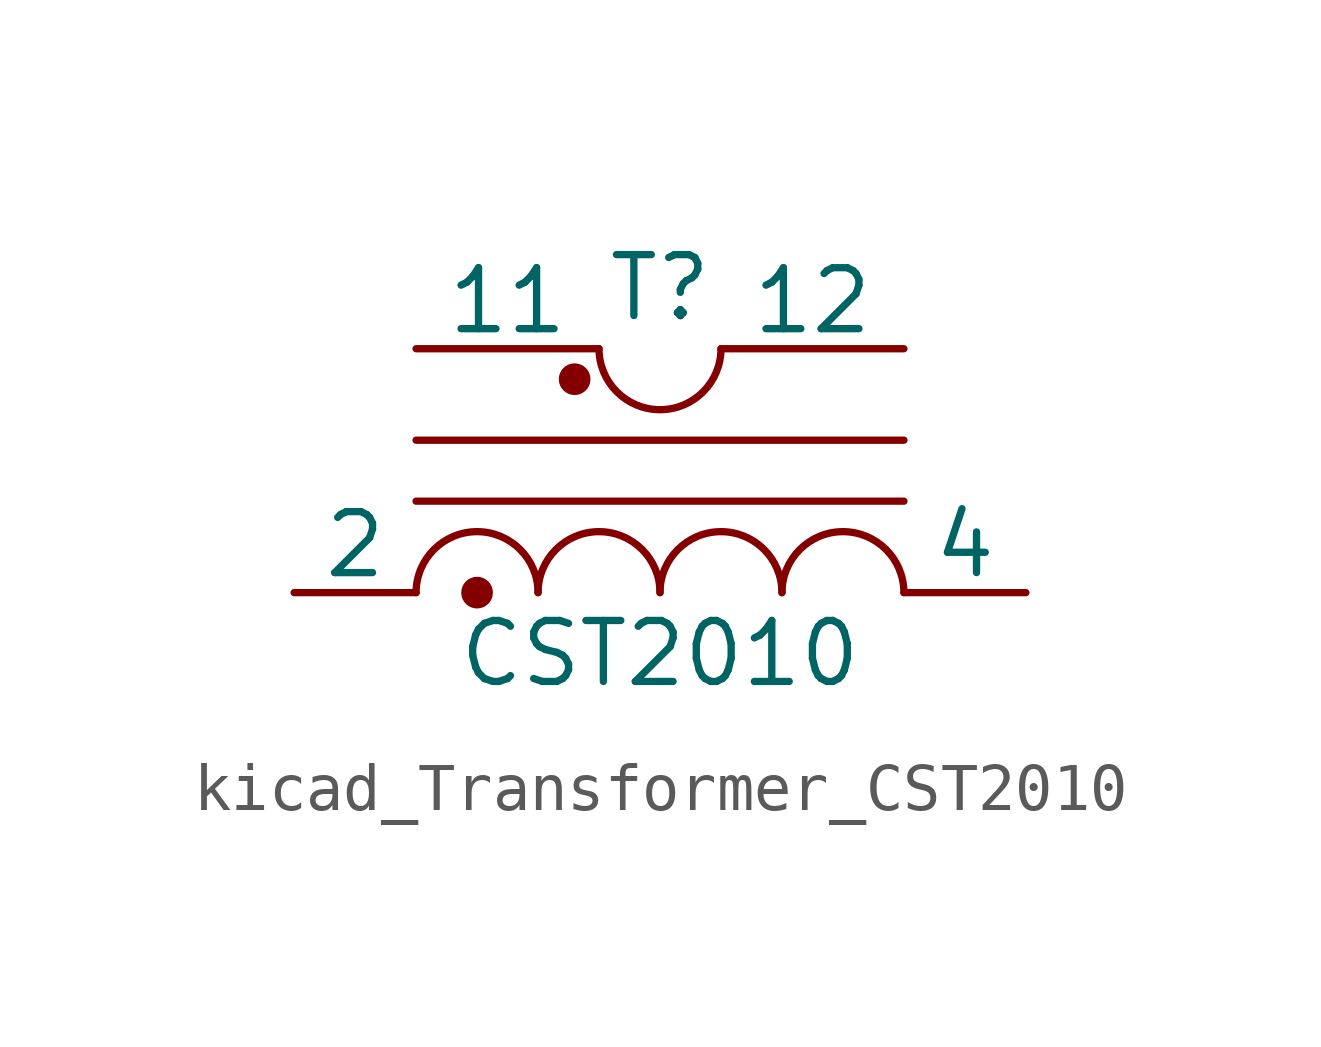
<source format=kicad_sym>
(kicad_symbol_lib
  (version 20220914)
  (generator kicad_symbol_editor)
  (symbol "kicad_Transformer_CST2010"
    (pin_numbers hide)
    (pin_names
      (offset 0))
    (property "Reference" "T"
      (at 0 6.35 0)
      (effects (font (size 1.27 1.27))))
    (property "Value" "CST2010"
      (at 0 -1.27 0)
      (effects (font (size 1.27 1.27))))
    (property "ki_locked" ""
      (at 0 0 0)
      (effects (font (size 1.27 1.27))))
    (symbol "kicad_Transformer_CST2010_0_1"
      (circle (center -3.81 0) (radius 0.254) (stroke (width 0) (type default)) (fill (type outline)))
      (arc (start -2.54 0) (mid -3.81 1.2645) (end -5.08 0) (stroke (width 0) (type default)) (fill (type none)))
      (circle (center -1.778 4.445) (radius 0.254) (stroke (width 0) (type default)) (fill (type outline)))
      (arc (start -1.27 5.08) (mid 0 3.8155) (end 1.27 5.08) (stroke (width 0) (type default)) (fill (type none)))
      (arc (start 0 0) (mid -1.27 1.2645) (end -2.54 0) (stroke (width 0) (type default)) (fill (type none)))
      (polyline (pts (xy -5.08 1.905) (xy 5.08 1.905)) (stroke (width 0) (type default)) (fill (type none)))
      (polyline (pts (xy -5.08 3.175) (xy 5.08 3.175)) (stroke (width 0) (type default)) (fill (type none)))
      (arc (start 2.54 0) (mid 1.27 1.2645) (end 0 0) (stroke (width 0) (type default)) (fill (type none)))
      (arc (start 5.08 0) (mid 3.81 1.2645) (end 2.54 0) (stroke (width 0) (type default)) (fill (type none)))
      (pin passive line (at -5.08 5.08 0) (length 3.81) (name "11" (effects (font (size 1.27 1.27)))) (number "11" (effects (font (size 1.27 1.27)))))
      (pin passive line (at 5.08 5.08 180) (length 3.81) (name "12" (effects (font (size 1.27 1.27)))) (number "12" (effects (font (size 1.27 1.27)))))
      (pin passive line (at -7.62 0 0) (length 2.54) (name "2" (effects (font (size 1.27 1.27)))) (number "2" (effects (font (size 1.27 1.27)))))
      (pin passive line (at 7.62 0 180) (length 2.54) (name "4" (effects (font (size 1.27 1.27)))) (number "4" (effects (font (size 1.27 1.27))))))
    (symbol "kicad_Transformer_CST2010_1_1"
      (pin no_connect line (at -5.08 0 0) (length 2.54) hide (name "1" (effects (font (size 1.27 1.27)))) (number "1" (effects (font (size 1.27 1.27)))))
      (pin no_connect line (at 2.54 2.54 0) (length 2.54) hide (name "10" (effects (font (size 1.27 1.27)))) (number "10" (effects (font (size 1.27 1.27)))))
      (pin no_connect line (at -2.54 0 0) (length 2.54) hide (name "3" (effects (font (size 1.27 1.27)))) (number "3" (effects (font (size 1.27 1.27)))))
      (pin no_connect line (at 0 0 0) (length 2.54) hide (name "5" (effects (font (size 1.27 1.27)))) (number "5" (effects (font (size 1.27 1.27)))))
      (pin no_connect line (at 2.54 0 0) (length 2.54) hide (name "6" (effects (font (size 1.27 1.27)))) (number "6" (effects (font (size 1.27 1.27)))))
      (pin no_connect line (at -5.08 2.54 0) (length 2.54) hide (name "7" (effects (font (size 1.27 1.27)))) (number "7" (effects (font (size 1.27 1.27)))))
      (pin no_connect line (at -2.54 2.54 0) (length 2.54) hide (name "8" (effects (font (size 1.27 1.27)))) (number "8" (effects (font (size 1.27 1.27)))))
      (pin no_connect line (at 0 2.54 0) (length 2.54) hide (name "9" (effects (font (size 1.27 1.27)))) (number "9" (effects (font (size 1.27 1.27))))))))
</source>
